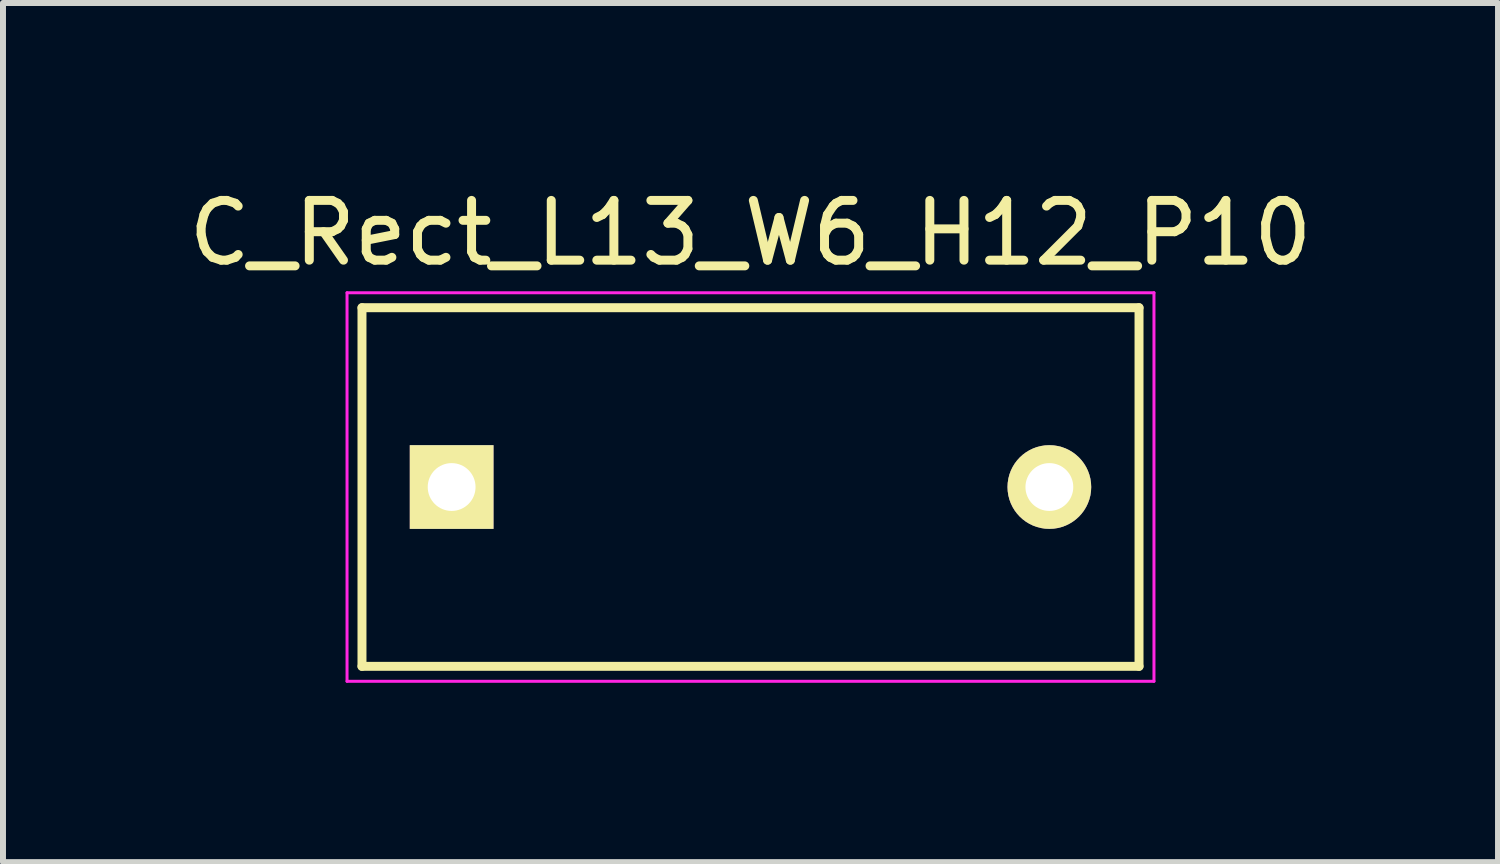
<source format=kicad_pcb>
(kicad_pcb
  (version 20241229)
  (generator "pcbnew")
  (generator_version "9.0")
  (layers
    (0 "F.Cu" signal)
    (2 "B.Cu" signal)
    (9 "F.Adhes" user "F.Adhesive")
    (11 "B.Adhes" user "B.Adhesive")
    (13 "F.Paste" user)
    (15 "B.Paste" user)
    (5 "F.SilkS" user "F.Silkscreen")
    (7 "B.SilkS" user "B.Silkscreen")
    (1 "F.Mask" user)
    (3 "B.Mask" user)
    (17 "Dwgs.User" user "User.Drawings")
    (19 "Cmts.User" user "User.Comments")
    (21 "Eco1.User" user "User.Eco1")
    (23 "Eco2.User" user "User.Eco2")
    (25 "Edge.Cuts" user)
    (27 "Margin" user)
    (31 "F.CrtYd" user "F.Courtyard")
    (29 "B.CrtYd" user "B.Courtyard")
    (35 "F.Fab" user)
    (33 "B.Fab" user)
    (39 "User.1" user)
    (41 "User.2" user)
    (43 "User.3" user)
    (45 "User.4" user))
  (footprint "C_Rect_L13_W6_H12_P10"
    (layer "F.Cu")
    (at 4.506 5.098)
    (property "Reference" "C_Rect_L13_W6_H12_P10" (at 5 -4.25 0) (layer "F.SilkS") (effects (font (size 1 1) (thickness 0.15))))
    (attr through_hole)
    (fp_line (start -1.5 -3) (end 11.5 -3) (stroke (width 0.15) (type solid)) (layer "F.SilkS"))
    (fp_line (start -1.5 3) (end -1.5 -3) (stroke (width 0.15) (type solid)) (layer "F.SilkS"))
    (fp_line (start 11.5 -3) (end 11.5 3) (stroke (width 0.15) (type solid)) (layer "F.SilkS"))
    (fp_line (start 11.5 3) (end -1.5 3) (stroke (width 0.15) (type solid)) (layer "F.SilkS"))
    (fp_line (start -1.75 -3.25) (end 11.75 -3.25) (stroke (width 0.05) (type solid)) (layer "F.CrtYd"))
    (fp_line (start -1.75 3.25) (end -1.75 -3.25) (stroke (width 0.05) (type solid)) (layer "F.CrtYd"))
    (fp_line (start 11.75 -3.25) (end 11.75 3.25) (stroke (width 0.05) (type solid)) (layer "F.CrtYd"))
    (fp_line (start 11.75 3.25) (end -1.75 3.25) (stroke (width 0.05) (type solid)) (layer "F.CrtYd"))
    (pad "1" thru_hole rect (at 0 0) (size 1.4 1.4) (drill 0.8) (layers "*.Cu" "*.Mask" "F.SilkS"))
    (pad "2" thru_hole circle (at 10 0) (size 1.4 1.4) (drill 0.8) (layers "*.Cu" "*.Mask" "F.SilkS")))
  (gr_rect
    (start -3 -3)
    (end 22.012 11.373)
    (stroke (width 0.1) (type default))
    (fill no)
    (layer "Edge.Cuts")))
</source>
